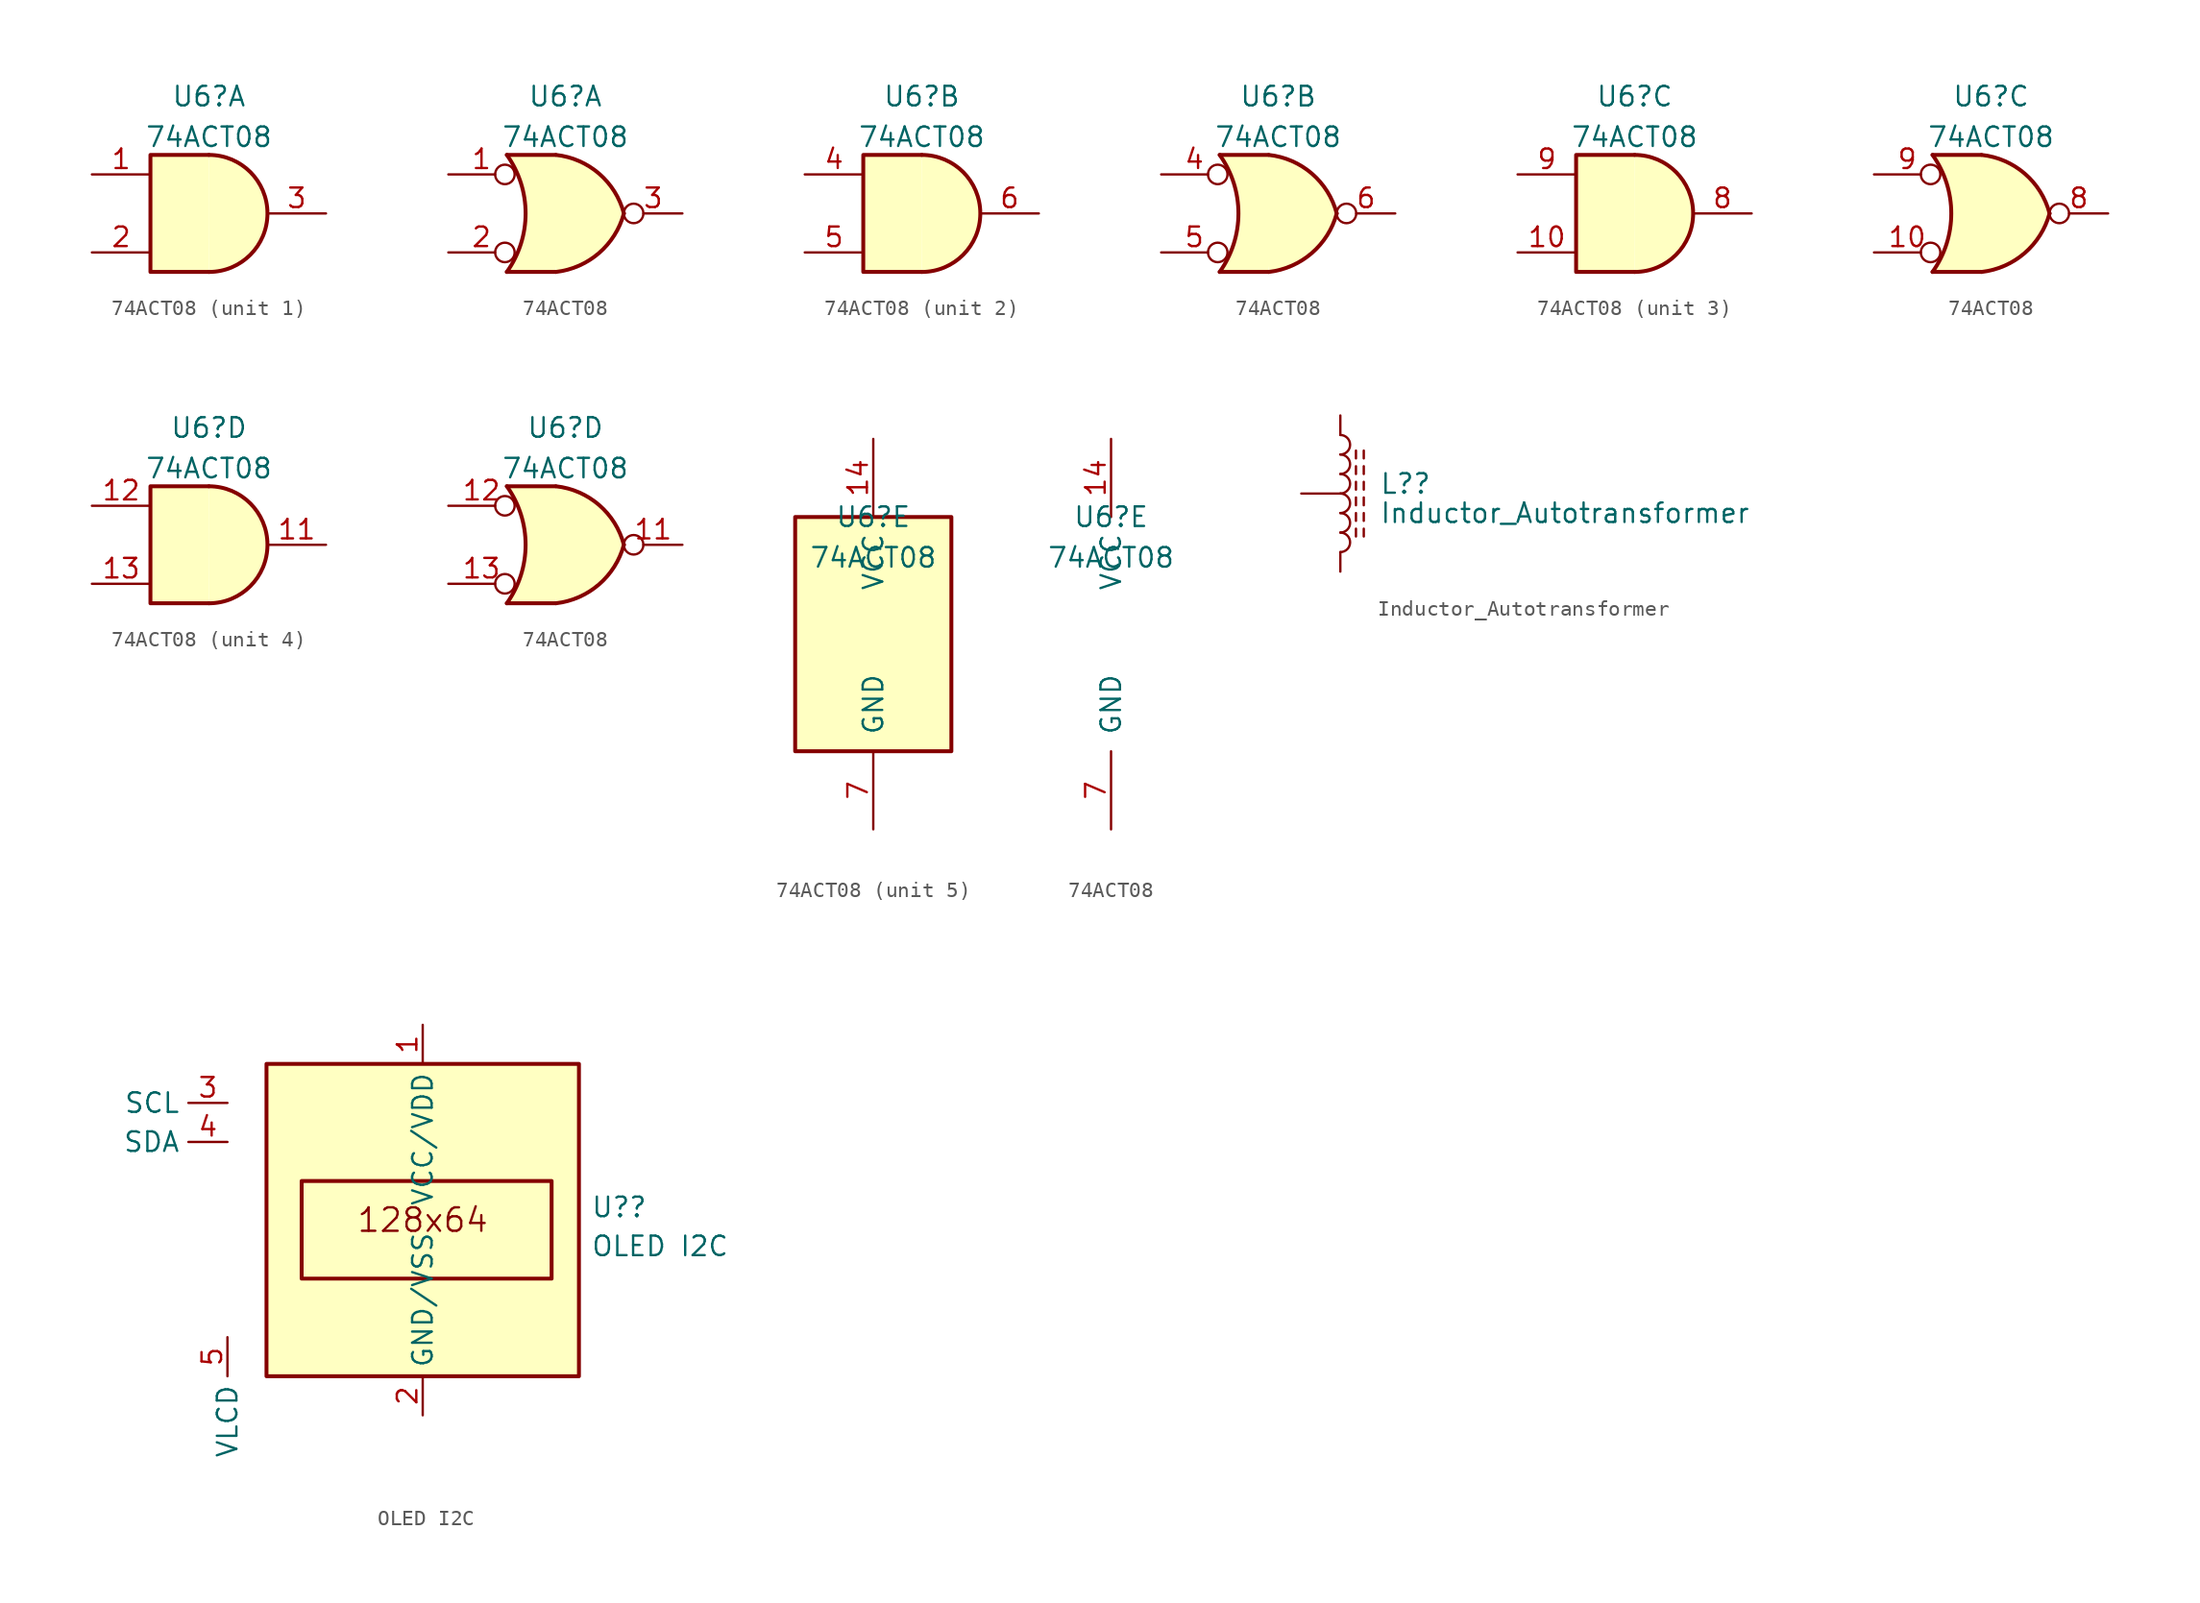
<source format=kicad_sym>
(kicad_symbol_lib
  (version 20211014)
  (generator kicad_symbol_editor)
  (symbol "74ACT08"
    (pin_names
      (offset 1.016))
    (property "Reference" "U6"
      (at 0 7.62 0)
      (effects (font (size 1.27 1.27))))
    (property "Value" "74ACT08"
      (at 0 4.973 0)
      (effects (font (size 1.27 1.27))))
    (property "ki_locked" ""
      (at 0 0 0)
      (effects (font (size 1.27 1.27))))
    (symbol "74ACT08_1_1"
      (arc (start 0 -3.81) (mid 3.81 0) (end 0 3.81) (stroke (width 0.254) (type default) (color 0 0 0 0)) (fill (type background)))
      (polyline (pts (xy 0 3.81) (xy -3.81 3.81) (xy -3.81 -3.81) (xy 0 -3.81)) (stroke (width 0.254) (type default) (color 0 0 0 0)) (fill (type background)))
      (pin input line (at -7.62 2.54 0) (length 3.81) (name "~" (effects (font (size 1.27 1.27)))) (number "1" (effects (font (size 1.27 1.27)))))
      (pin input line (at -7.62 -2.54 0) (length 3.81) (name "~" (effects (font (size 1.27 1.27)))) (number "2" (effects (font (size 1.27 1.27)))))
      (pin output line (at 7.62 0 180) (length 3.81) (name "~" (effects (font (size 1.27 1.27)))) (number "3" (effects (font (size 1.27 1.27))))))
    (symbol "74ACT08_1_2"
      (arc (start -3.81 -3.81) (mid -2.589 0) (end -3.81 3.81) (stroke (width 0.254) (type default) (color 0 0 0 0)) (fill (type none)))
      (arc (start -0.6096 -3.81) (mid 2.1842 -2.5851) (end 3.81 0) (stroke (width 0.254) (type default) (color 0 0 0 0)) (fill (type background)))
      (polyline (pts (xy -3.81 -3.81) (xy -0.635 -3.81)) (stroke (width 0.254) (type default) (color 0 0 0 0)) (fill (type background)))
      (polyline (pts (xy -3.81 3.81) (xy -0.635 3.81)) (stroke (width 0.254) (type default) (color 0 0 0 0)) (fill (type background)))
      (polyline (pts (xy -0.635 3.81) (xy -3.81 3.81) (xy -3.81 3.81) (xy -3.556 3.404) (xy -3.023 2.261) (xy -2.692 1.041) (xy -2.616 -0.254) (xy -2.769 -1.499) (xy -3.175 -2.718) (xy -3.81 -3.81) (xy -3.81 -3.81) (xy -0.635 -3.81)) (stroke (width -25.4) (type default) (color 0 0 0 0)) (fill (type background)))
      (arc (start 3.81 0) (mid 2.1915 2.5936) (end -0.6096 3.81) (stroke (width 0.254) (type default) (color 0 0 0 0)) (fill (type background)))
      (pin input inverted (at -7.62 2.54 0) (length 4.318) (name "~" (effects (font (size 1.27 1.27)))) (number "1" (effects (font (size 1.27 1.27)))))
      (pin input inverted (at -7.62 -2.54 0) (length 4.318) (name "~" (effects (font (size 1.27 1.27)))) (number "2" (effects (font (size 1.27 1.27)))))
      (pin output inverted (at 7.62 0 180) (length 3.81) (name "~" (effects (font (size 1.27 1.27)))) (number "3" (effects (font (size 1.27 1.27))))))
    (symbol "74ACT08_2_1"
      (arc (start 0 -3.81) (mid 3.81 0) (end 0 3.81) (stroke (width 0.254) (type default) (color 0 0 0 0)) (fill (type background)))
      (polyline (pts (xy 0 3.81) (xy -3.81 3.81) (xy -3.81 -3.81) (xy 0 -3.81)) (stroke (width 0.254) (type default) (color 0 0 0 0)) (fill (type background)))
      (pin input line (at -7.62 2.54 0) (length 3.81) (name "~" (effects (font (size 1.27 1.27)))) (number "4" (effects (font (size 1.27 1.27)))))
      (pin input line (at -7.62 -2.54 0) (length 3.81) (name "~" (effects (font (size 1.27 1.27)))) (number "5" (effects (font (size 1.27 1.27)))))
      (pin output line (at 7.62 0 180) (length 3.81) (name "~" (effects (font (size 1.27 1.27)))) (number "6" (effects (font (size 1.27 1.27))))))
    (symbol "74ACT08_2_2"
      (arc (start -3.81 -3.81) (mid -2.589 0) (end -3.81 3.81) (stroke (width 0.254) (type default) (color 0 0 0 0)) (fill (type none)))
      (arc (start -0.6096 -3.81) (mid 2.1842 -2.5851) (end 3.81 0) (stroke (width 0.254) (type default) (color 0 0 0 0)) (fill (type background)))
      (polyline (pts (xy -3.81 -3.81) (xy -0.635 -3.81)) (stroke (width 0.254) (type default) (color 0 0 0 0)) (fill (type background)))
      (polyline (pts (xy -3.81 3.81) (xy -0.635 3.81)) (stroke (width 0.254) (type default) (color 0 0 0 0)) (fill (type background)))
      (polyline (pts (xy -0.635 3.81) (xy -3.81 3.81) (xy -3.81 3.81) (xy -3.556 3.404) (xy -3.023 2.261) (xy -2.692 1.041) (xy -2.616 -0.254) (xy -2.769 -1.499) (xy -3.175 -2.718) (xy -3.81 -3.81) (xy -3.81 -3.81) (xy -0.635 -3.81)) (stroke (width -25.4) (type default) (color 0 0 0 0)) (fill (type background)))
      (arc (start 3.81 0) (mid 2.1915 2.5936) (end -0.6096 3.81) (stroke (width 0.254) (type default) (color 0 0 0 0)) (fill (type background)))
      (pin input inverted (at -7.62 2.54 0) (length 4.318) (name "~" (effects (font (size 1.27 1.27)))) (number "4" (effects (font (size 1.27 1.27)))))
      (pin input inverted (at -7.62 -2.54 0) (length 4.318) (name "~" (effects (font (size 1.27 1.27)))) (number "5" (effects (font (size 1.27 1.27)))))
      (pin output inverted (at 7.62 0 180) (length 3.81) (name "~" (effects (font (size 1.27 1.27)))) (number "6" (effects (font (size 1.27 1.27))))))
    (symbol "74ACT08_3_1"
      (arc (start 0 -3.81) (mid 3.81 0) (end 0 3.81) (stroke (width 0.254) (type default) (color 0 0 0 0)) (fill (type background)))
      (polyline (pts (xy 0 3.81) (xy -3.81 3.81) (xy -3.81 -3.81) (xy 0 -3.81)) (stroke (width 0.254) (type default) (color 0 0 0 0)) (fill (type background)))
      (pin input line (at -7.62 -2.54 0) (length 3.81) (name "~" (effects (font (size 1.27 1.27)))) (number "10" (effects (font (size 1.27 1.27)))))
      (pin output line (at 7.62 0 180) (length 3.81) (name "~" (effects (font (size 1.27 1.27)))) (number "8" (effects (font (size 1.27 1.27)))))
      (pin input line (at -7.62 2.54 0) (length 3.81) (name "~" (effects (font (size 1.27 1.27)))) (number "9" (effects (font (size 1.27 1.27))))))
    (symbol "74ACT08_3_2"
      (arc (start -3.81 -3.81) (mid -2.589 0) (end -3.81 3.81) (stroke (width 0.254) (type default) (color 0 0 0 0)) (fill (type none)))
      (arc (start -0.6096 -3.81) (mid 2.1842 -2.5851) (end 3.81 0) (stroke (width 0.254) (type default) (color 0 0 0 0)) (fill (type background)))
      (polyline (pts (xy -3.81 -3.81) (xy -0.635 -3.81)) (stroke (width 0.254) (type default) (color 0 0 0 0)) (fill (type background)))
      (polyline (pts (xy -3.81 3.81) (xy -0.635 3.81)) (stroke (width 0.254) (type default) (color 0 0 0 0)) (fill (type background)))
      (polyline (pts (xy -0.635 3.81) (xy -3.81 3.81) (xy -3.81 3.81) (xy -3.556 3.404) (xy -3.023 2.261) (xy -2.692 1.041) (xy -2.616 -0.254) (xy -2.769 -1.499) (xy -3.175 -2.718) (xy -3.81 -3.81) (xy -3.81 -3.81) (xy -0.635 -3.81)) (stroke (width -25.4) (type default) (color 0 0 0 0)) (fill (type background)))
      (arc (start 3.81 0) (mid 2.1915 2.5936) (end -0.6096 3.81) (stroke (width 0.254) (type default) (color 0 0 0 0)) (fill (type background)))
      (pin input inverted (at -7.62 -2.54 0) (length 4.318) (name "~" (effects (font (size 1.27 1.27)))) (number "10" (effects (font (size 1.27 1.27)))))
      (pin output inverted (at 7.62 0 180) (length 3.81) (name "~" (effects (font (size 1.27 1.27)))) (number "8" (effects (font (size 1.27 1.27)))))
      (pin input inverted (at -7.62 2.54 0) (length 4.318) (name "~" (effects (font (size 1.27 1.27)))) (number "9" (effects (font (size 1.27 1.27))))))
    (symbol "74ACT08_4_1"
      (arc (start 0 -3.81) (mid 3.81 0) (end 0 3.81) (stroke (width 0.254) (type default) (color 0 0 0 0)) (fill (type background)))
      (polyline (pts (xy 0 3.81) (xy -3.81 3.81) (xy -3.81 -3.81) (xy 0 -3.81)) (stroke (width 0.254) (type default) (color 0 0 0 0)) (fill (type background)))
      (pin output line (at 7.62 0 180) (length 3.81) (name "~" (effects (font (size 1.27 1.27)))) (number "11" (effects (font (size 1.27 1.27)))))
      (pin input line (at -7.62 2.54 0) (length 3.81) (name "~" (effects (font (size 1.27 1.27)))) (number "12" (effects (font (size 1.27 1.27)))))
      (pin input line (at -7.62 -2.54 0) (length 3.81) (name "~" (effects (font (size 1.27 1.27)))) (number "13" (effects (font (size 1.27 1.27))))))
    (symbol "74ACT08_4_2"
      (arc (start -3.81 -3.81) (mid -2.589 0) (end -3.81 3.81) (stroke (width 0.254) (type default) (color 0 0 0 0)) (fill (type none)))
      (arc (start -0.6096 -3.81) (mid 2.1842 -2.5851) (end 3.81 0) (stroke (width 0.254) (type default) (color 0 0 0 0)) (fill (type background)))
      (polyline (pts (xy -3.81 -3.81) (xy -0.635 -3.81)) (stroke (width 0.254) (type default) (color 0 0 0 0)) (fill (type background)))
      (polyline (pts (xy -3.81 3.81) (xy -0.635 3.81)) (stroke (width 0.254) (type default) (color 0 0 0 0)) (fill (type background)))
      (polyline (pts (xy -0.635 3.81) (xy -3.81 3.81) (xy -3.81 3.81) (xy -3.556 3.404) (xy -3.023 2.261) (xy -2.692 1.041) (xy -2.616 -0.254) (xy -2.769 -1.499) (xy -3.175 -2.718) (xy -3.81 -3.81) (xy -3.81 -3.81) (xy -0.635 -3.81)) (stroke (width -25.4) (type default) (color 0 0 0 0)) (fill (type background)))
      (arc (start 3.81 0) (mid 2.1915 2.5936) (end -0.6096 3.81) (stroke (width 0.254) (type default) (color 0 0 0 0)) (fill (type background)))
      (pin output inverted (at 7.62 0 180) (length 3.81) (name "~" (effects (font (size 1.27 1.27)))) (number "11" (effects (font (size 1.27 1.27)))))
      (pin input inverted (at -7.62 2.54 0) (length 4.318) (name "~" (effects (font (size 1.27 1.27)))) (number "12" (effects (font (size 1.27 1.27)))))
      (pin input inverted (at -7.62 -2.54 0) (length 4.318) (name "~" (effects (font (size 1.27 1.27)))) (number "13" (effects (font (size 1.27 1.27))))))
    (symbol "74ACT08_5_0"
      (pin power_in line (at 0 12.7 270) (length 5.08) (name "VCC" (effects (font (size 1.27 1.27)))) (number "14" (effects (font (size 1.27 1.27)))))
      (pin power_in line (at 0 -12.7 90) (length 5.08) (name "GND" (effects (font (size 1.27 1.27)))) (number "7" (effects (font (size 1.27 1.27))))))
    (symbol "74ACT08_5_1"
      (rectangle (start -5.08 7.62) (end 5.08 -7.62) (stroke (width 0.254) (type default) (color 0 0 0 0)) (fill (type background)))))
  (symbol "Inductor_Autotransformer"
    (pin_numbers hide)
    (pin_names
      (offset 1.016) hide)
    (property "Reference" "L?"
      (at 2.54 0.635 0)
      (effects (font (size 1.27 1.27)) (justify left)))
    (property "Value" "Inductor_Autotransformer"
      (at 2.54 -1.27 0)
      (effects (font (size 1.27 1.27)) (justify left)))
    (symbol "Inductor_Autotransformer_0_1"
      (arc (start 0 -3.81) (mid 0.635 -3.175) (end 0 -2.54) (stroke (width 0) (type default) (color 0 0 0 0)) (fill (type none)))
      (arc (start 0 -2.54) (mid 0.635 -1.905) (end 0 -1.27) (stroke (width 0) (type default) (color 0 0 0 0)) (fill (type none)))
      (arc (start 0 -1.27) (mid 0.635 -0.635) (end 0 0) (stroke (width 0) (type default) (color 0 0 0 0)) (fill (type none)))
      (polyline (pts (xy 1.016 -2.794) (xy 1.016 -2.286)) (stroke (width 0) (type default) (color 0 0 0 0)) (fill (type none)))
      (polyline (pts (xy 1.016 -1.778) (xy 1.016 -1.27)) (stroke (width 0) (type default) (color 0 0 0 0)) (fill (type none)))
      (polyline (pts (xy 1.016 -0.762) (xy 1.016 -0.254)) (stroke (width 0) (type default) (color 0 0 0 0)) (fill (type none)))
      (polyline (pts (xy 1.016 0.254) (xy 1.016 0.762)) (stroke (width 0) (type default) (color 0 0 0 0)) (fill (type none)))
      (polyline (pts (xy 1.016 1.27) (xy 1.016 1.778)) (stroke (width 0) (type default) (color 0 0 0 0)) (fill (type none)))
      (polyline (pts (xy 1.016 2.286) (xy 1.016 2.794)) (stroke (width 0) (type default) (color 0 0 0 0)) (fill (type none)))
      (polyline (pts (xy 1.524 -2.286) (xy 1.524 -2.794)) (stroke (width 0) (type default) (color 0 0 0 0)) (fill (type none)))
      (polyline (pts (xy 1.524 -1.27) (xy 1.524 -1.778)) (stroke (width 0) (type default) (color 0 0 0 0)) (fill (type none)))
      (polyline (pts (xy 1.524 -0.254) (xy 1.524 -0.762)) (stroke (width 0) (type default) (color 0 0 0 0)) (fill (type none)))
      (polyline (pts (xy 1.524 0.762) (xy 1.524 0.254)) (stroke (width 0) (type default) (color 0 0 0 0)) (fill (type none)))
      (polyline (pts (xy 1.524 1.778) (xy 1.524 1.27)) (stroke (width 0) (type default) (color 0 0 0 0)) (fill (type none)))
      (polyline (pts (xy 1.524 2.794) (xy 1.524 2.286)) (stroke (width 0) (type default) (color 0 0 0 0)) (fill (type none)))
      (arc (start 0 0) (mid 0.635 0.635) (end 0 1.27) (stroke (width 0) (type default) (color 0 0 0 0)) (fill (type none)))
      (arc (start 0 1.27) (mid 0.635 1.905) (end 0 2.54) (stroke (width 0) (type default) (color 0 0 0 0)) (fill (type none)))
      (arc (start 0 2.54) (mid 0.635 3.175) (end 0 3.81) (stroke (width 0) (type default) (color 0 0 0 0)) (fill (type none))))
    (symbol "Inductor_Autotransformer_1_1"
      (pin passive line (at 0 5.08 270) (length 1.27) (name "1" (effects (font (size 1.27 1.27)))) (number "1" (effects (font (size 1.27 1.27)))))
      (pin passive line (at -2.54 0 0) (length 2.54) (name "" (effects (font (size 1.27 1.27)))) (number "2" (effects (font (size 1.27 1.27)))))
      (pin passive line (at 0 -5.08 90) (length 1.27) (name "2" (effects (font (size 1.27 1.27)))) (number "2" (effects (font (size 1.27 1.27)))))))
  (symbol "OLED I2C"
    (property "Reference" "U?"
      (at 10.922 0.835 0)
      (effects (font (size 1.27 1.27)) (justify left)))
    (property "Value" "OLED I2C"
      (at 10.922 -1.702 0)
      (effects (font (size 1.27 1.27)) (justify left)))
    (symbol "OLED I2C_0_0"
      (rectangle (start -7.874 2.54) (end 8.382 -3.81) (stroke (width 0.254) (type default) (color 0 0 0 0)) (fill (type none)))
      (text "128x64" (at 0 0 0) (effects (font (size 1.524 1.524)))))
    (symbol "OLED I2C_0_1"
      (rectangle (start -10.16 10.16) (end 10.16 -10.16) (stroke (width 0.254) (type default) (color 0 0 0 0)) (fill (type background))))
    (symbol "OLED I2C_1_1"
      (pin power_in line (at 0 12.7 270) (length 2.54) (name "VCC/VDD" (effects (font (size 1.27 1.27)))) (number "1" (effects (font (size 1.27 1.27)))))
      (pin power_in line (at 0 -12.7 90) (length 2.54) (name "GND/VSS" (effects (font (size 1.27 1.27)))) (number "2" (effects (font (size 1.27 1.27)))))
      (pin input line (at -12.7 7.62 180) (length 2.54) (name "SCL" (effects (font (size 1.27 1.27)))) (number "3" (effects (font (size 1.27 1.27)))))
      (pin bidirectional line (at -12.7 5.08 180) (length 2.54) (name "SDA" (effects (font (size 1.27 1.27)))) (number "4" (effects (font (size 1.27 1.27)))))
      (pin power_in line (at -12.7 -7.62 270) (length 2.54) (name "VLCD" (effects (font (size 1.27 1.27)))) (number "5" (effects (font (size 1.27 1.27))))))))
</source>
